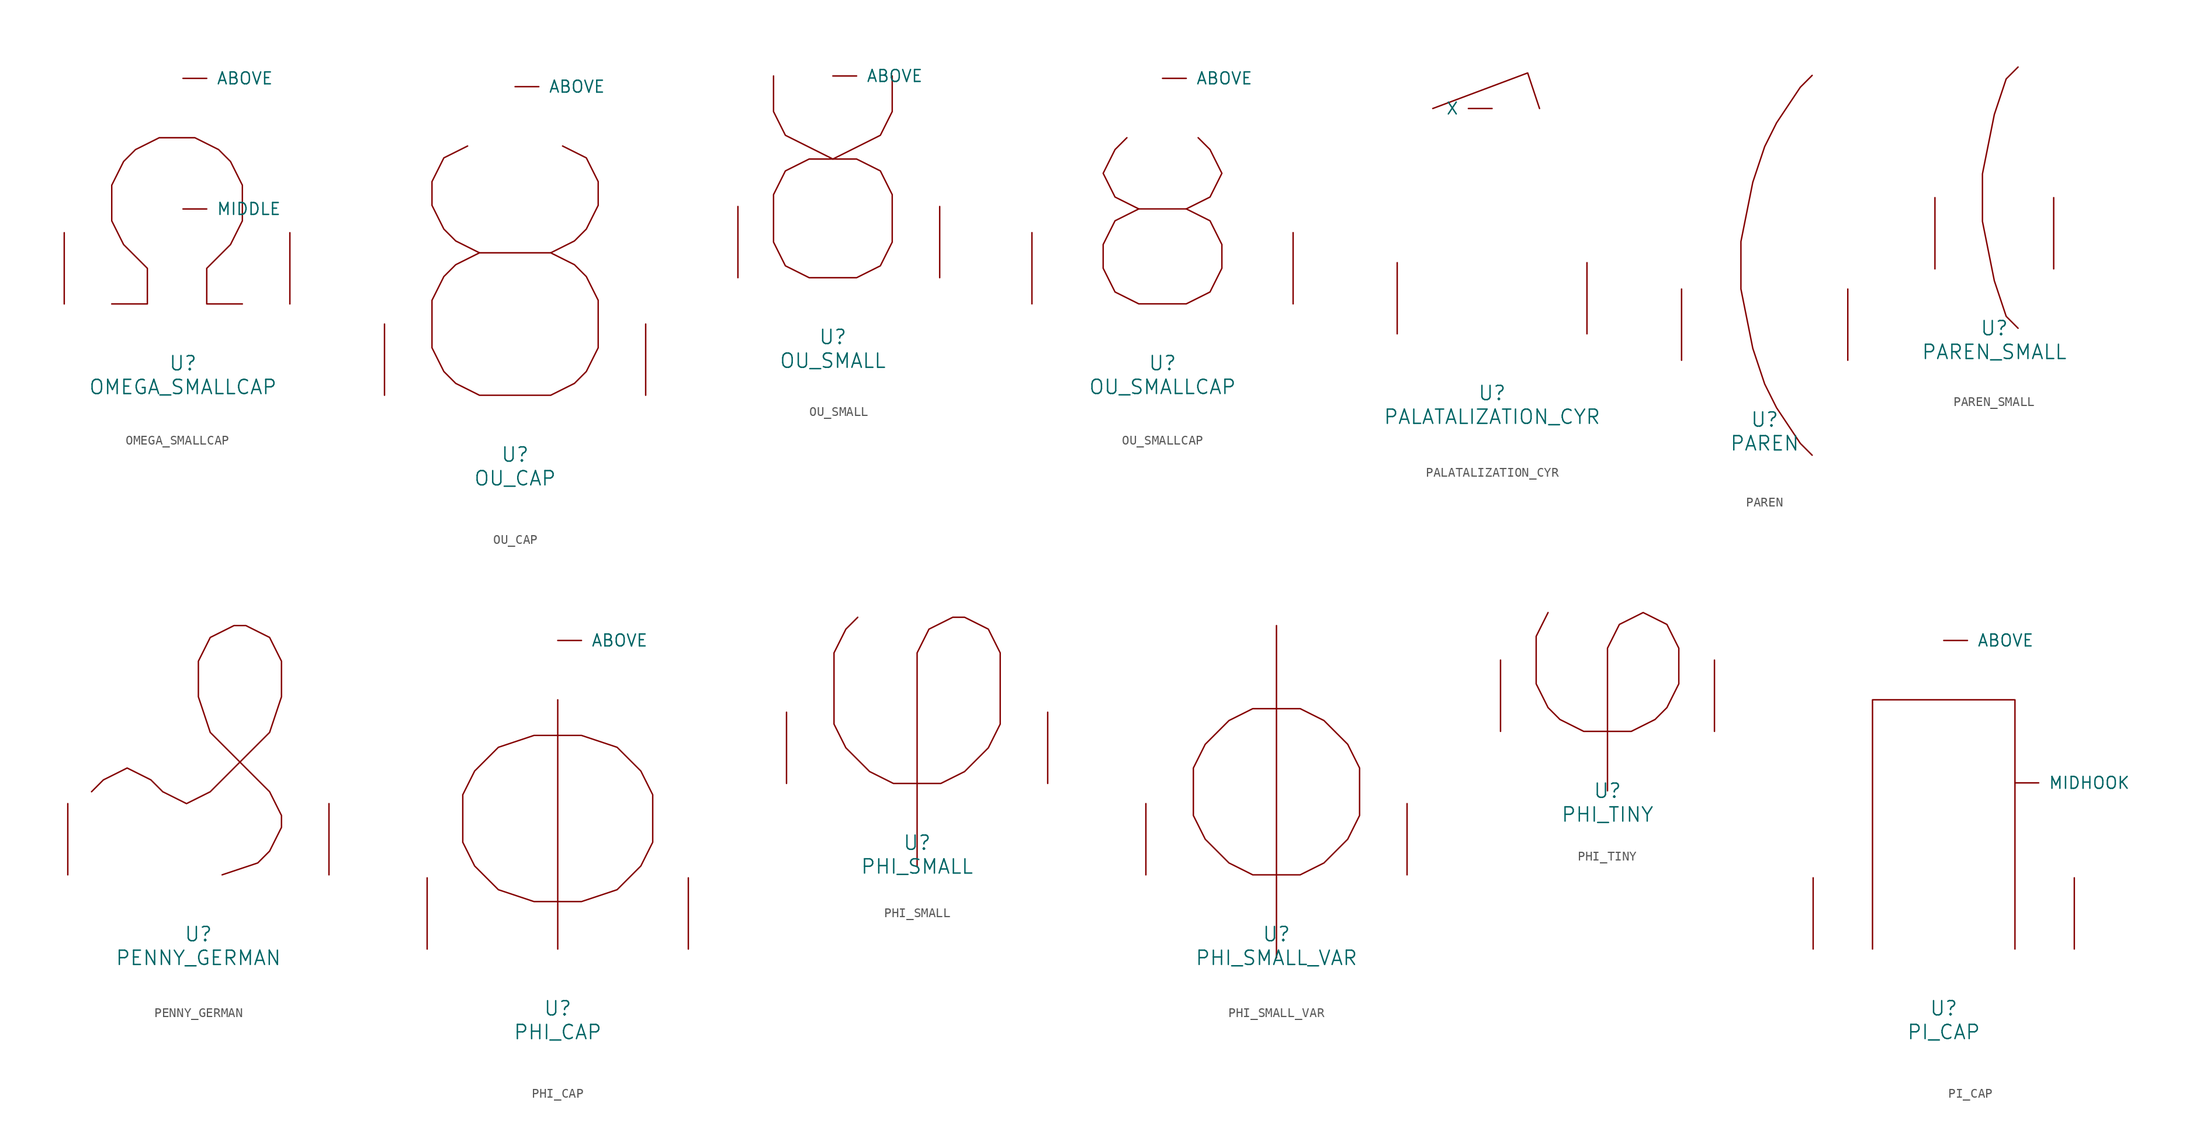
<source format=kicad_sym>
(kicad_symbol_lib
  (version 20220914)
  (generator font_lib2sym)
  (symbol "OMEGA_SMALLCAP"
    (pin_names
      (offset 1.016))
    (property "Reference" "U"
      (at 0 -6.35 0)
      (effects (font (size 1.524 1.524))))
    (property "Value" "OMEGA_SMALLCAP"
      (at 0 -8.89 0)
      (effects (font (size 1.524 1.524))))
    (symbol "OMEGA_SMALLCAP_0_1"
      (polyline (pts (xy -7.62 0) (xy -3.81 0) (xy -3.81 3.81) (xy -6.35 6.35) (xy -7.62 8.89) (xy -7.62 12.7) (xy -6.35 15.24) (xy -5.08 16.51) (xy -2.54 17.78) (xy 1.27 17.78) (xy 3.81 16.51) (xy 5.08 15.24) (xy 6.35 12.7) (xy 6.35 8.89) (xy 5.08 6.35) (xy 2.54 3.81) (xy 2.54 0) (xy 6.35 0)) (stroke (width 0) (type solid)) (fill (type none)))
      (pin input line (at 0 24.13 0) (length 2.54) (name "ABOVE" (effects (font (size 1.27 1.27)))) (number "~" (effects (font (size 1.27 1.27)))))
      (pin input line (at 0 10.16 0) (length 2.54) (name "MIDDLE" (effects (font (size 1.27 1.27)))) (number "~" (effects (font (size 1.27 1.27)))))
      (pin input line (at -12.7 0 90) (length 7.62) (name "~" (effects (font (size 1.27 1.27)))) (number "~" (effects (font (size 1.27 1.27)))))
      (pin input line (at 11.43 0 90) (length 7.62) (name "~" (effects (font (size 1.27 1.27)))) (number "~" (effects (font (size 1.27 1.27)))))))
  (symbol "OU_CAP"
    (pin_names
      (offset 1.016))
    (property "Reference" "U"
      (at 0 -6.35 0)
      (effects (font (size 1.524 1.524))))
    (property "Value" "OU_CAP"
      (at 0 -8.89 0)
      (effects (font (size 1.524 1.524))))
    (symbol "OU_CAP_0_1"
      (polyline (pts (xy -5.08 26.67) (xy -7.62 25.4) (xy -8.89 22.86) (xy -8.89 20.32) (xy -7.62 17.78) (xy -6.35 16.51) (xy -3.81 15.24)) (stroke (width 0) (type solid)) (fill (type none)))
      (polyline (pts (xy 5.08 26.67) (xy 7.62 25.4) (xy 8.89 22.86) (xy 8.89 20.32) (xy 7.62 17.78) (xy 6.35 16.51) (xy 3.81 15.24)) (stroke (width 0) (type solid)) (fill (type none)))
      (polyline (pts (xy -3.81 15.24) (xy 3.81 15.24) (xy 6.35 13.97) (xy 7.62 12.7) (xy 8.89 10.16) (xy 8.89 5.08) (xy 7.62 2.54) (xy 6.35 1.27) (xy 3.81 0) (xy -3.81 0) (xy -6.35 1.27) (xy -7.62 2.54) (xy -8.89 5.08) (xy -8.89 10.16) (xy -7.62 12.7) (xy -6.35 13.97) (xy -3.81 15.24)) (stroke (width 0) (type solid)) (fill (type none)))
      (pin input line (at 0 33.02 0) (length 2.54) (name "ABOVE" (effects (font (size 1.27 1.27)))) (number "~" (effects (font (size 1.27 1.27)))))
      (pin input line (at -13.97 0 90) (length 7.62) (name "~" (effects (font (size 1.27 1.27)))) (number "~" (effects (font (size 1.27 1.27)))))
      (pin input line (at 13.97 0 90) (length 7.62) (name "~" (effects (font (size 1.27 1.27)))) (number "~" (effects (font (size 1.27 1.27)))))))
  (symbol "OU_SMALL"
    (pin_names
      (offset 1.016))
    (property "Reference" "U"
      (at 0 -6.35 0)
      (effects (font (size 1.524 1.524))))
    (property "Value" "OU_SMALL"
      (at 0 -8.89 0)
      (effects (font (size 1.524 1.524))))
    (symbol "OU_SMALL_0_1"
      (polyline (pts (xy -6.35 21.59) (xy -6.35 17.78) (xy -5.08 15.24) (xy 0 12.7) (xy 5.08 15.24) (xy 6.35 17.78) (xy 6.35 21.59)) (stroke (width 0) (type solid)) (fill (type none)))
      (polyline (pts (xy -2.54 12.7) (xy 2.54 12.7) (xy 5.08 11.43) (xy 6.35 8.89) (xy 6.35 3.81) (xy 5.08 1.27) (xy 2.54 0) (xy -2.54 0) (xy -5.08 1.27) (xy -6.35 3.81) (xy -6.35 8.89) (xy -5.08 11.43) (xy -2.54 12.7)) (stroke (width 0) (type solid)) (fill (type none)))
      (pin input line (at 0 21.59 0) (length 2.54) (name "ABOVE" (effects (font (size 1.27 1.27)))) (number "~" (effects (font (size 1.27 1.27)))))
      (pin input line (at -10.16 0 90) (length 7.62) (name "~" (effects (font (size 1.27 1.27)))) (number "~" (effects (font (size 1.27 1.27)))))
      (pin input line (at 11.43 0 90) (length 7.62) (name "~" (effects (font (size 1.27 1.27)))) (number "~" (effects (font (size 1.27 1.27)))))))
  (symbol "OU_SMALLCAP"
    (pin_names
      (offset 1.016))
    (property "Reference" "U"
      (at 0 -6.35 0)
      (effects (font (size 1.524 1.524))))
    (property "Value" "OU_SMALLCAP"
      (at 0 -8.89 0)
      (effects (font (size 1.524 1.524))))
    (symbol "OU_SMALLCAP_0_1"
      (polyline (pts (xy -3.81 17.78) (xy -5.08 16.51) (xy -6.35 13.97) (xy -5.08 11.43) (xy -2.54 10.16)) (stroke (width 0) (type solid)) (fill (type none)))
      (polyline (pts (xy 2.54 10.16) (xy 5.08 11.43) (xy 6.35 13.97) (xy 5.08 16.51) (xy 3.81 17.78)) (stroke (width 0) (type solid)) (fill (type none)))
      (polyline (pts (xy -2.54 10.16) (xy 2.54 10.16) (xy 5.08 8.89) (xy 6.35 6.35) (xy 6.35 3.81) (xy 5.08 1.27) (xy 2.54 0) (xy -2.54 0) (xy -5.08 1.27) (xy -6.35 3.81) (xy -6.35 6.35) (xy -5.08 8.89) (xy -2.54 10.16)) (stroke (width 0) (type solid)) (fill (type none)))
      (pin input line (at 0 24.13 0) (length 2.54) (name "ABOVE" (effects (font (size 1.27 1.27)))) (number "~" (effects (font (size 1.27 1.27)))))
      (pin input line (at -13.97 0 90) (length 7.62) (name "~" (effects (font (size 1.27 1.27)))) (number "~" (effects (font (size 1.27 1.27)))))
      (pin input line (at 13.97 0 90) (length 7.62) (name "~" (effects (font (size 1.27 1.27)))) (number "~" (effects (font (size 1.27 1.27)))))))
  (symbol "PALATALIZATION_CYR"
    (pin_names
      (offset 1.016))
    (property "Reference" "U"
      (at 0 -6.35 0)
      (effects (font (size 1.524 1.524))))
    (property "Value" "PALATALIZATION_CYR"
      (at 0 -8.89 0)
      (effects (font (size 1.524 1.524))))
    (symbol "PALATALIZATION_CYR_0_1"
      (polyline (pts (xy -6.35 24.13) (xy 3.81 27.94) (xy 5.08 24.13)) (stroke (width 0) (type solid)) (fill (type none)))
      (pin input line (at 0 24.13 180) (length 2.54) (name "X" (effects (font (size 1.27 1.27)))) (number "~" (effects (font (size 1.27 1.27)))))
      (pin input line (at -10.16 0 90) (length 7.62) (name "~" (effects (font (size 1.27 1.27)))) (number "~" (effects (font (size 1.27 1.27)))))
      (pin input line (at 10.16 0 90) (length 7.62) (name "~" (effects (font (size 1.27 1.27)))) (number "~" (effects (font (size 1.27 1.27)))))))
  (symbol "PAREN"
    (pin_names
      (offset 1.016))
    (property "Reference" "U"
      (at 0 -6.35 0)
      (effects (font (size 1.524 1.524))))
    (property "Value" "PAREN"
      (at 0 -8.89 0)
      (effects (font (size 1.524 1.524))))
    (symbol "PAREN_0_1"
      (polyline (pts (xy 5.08 -10.16) (xy 3.81 -8.89) (xy 1.27 -5.08) (xy 0 -2.54) (xy -1.27 1.27) (xy -2.54 7.62) (xy -2.54 12.7) (xy -1.27 19.05) (xy 0 22.86) (xy 1.27 25.4) (xy 3.81 29.21) (xy 5.08 30.48)) (stroke (width 0) (type solid)) (fill (type none)))
      (pin input line (at -8.89 0 90) (length 7.62) (name "~" (effects (font (size 1.27 1.27)))) (number "~" (effects (font (size 1.27 1.27)))))
      (pin input line (at 8.89 0 90) (length 7.62) (name "~" (effects (font (size 1.27 1.27)))) (number "~" (effects (font (size 1.27 1.27)))))))
  (symbol "PAREN_SMALL"
    (pin_names
      (offset 1.016))
    (property "Reference" "U"
      (at 0 -6.35 0)
      (effects (font (size 1.524 1.524))))
    (property "Value" "PAREN_SMALL"
      (at 0 -8.89 0)
      (effects (font (size 1.524 1.524))))
    (symbol "PAREN_SMALL_0_1"
      (polyline (pts (xy 2.54 21.59) (xy 1.27 20.32) (xy 0 16.51) (xy -1.27 10.16) (xy -1.27 5.08) (xy 0 -1.27) (xy 1.27 -5.08) (xy 2.54 -6.35)) (stroke (width 0) (type solid)) (fill (type none)))
      (pin input line (at -6.35 0 90) (length 7.62) (name "~" (effects (font (size 1.27 1.27)))) (number "~" (effects (font (size 1.27 1.27)))))
      (pin input line (at 6.35 0 90) (length 7.62) (name "~" (effects (font (size 1.27 1.27)))) (number "~" (effects (font (size 1.27 1.27)))))))
  (symbol "PENNY_GERMAN"
    (pin_names
      (offset 1.016))
    (property "Reference" "U"
      (at 0 -6.35 0)
      (effects (font (size 1.524 1.524))))
    (property "Value" "PENNY_GERMAN"
      (at 0 -8.89 0)
      (effects (font (size 1.524 1.524))))
    (symbol "PENNY_GERMAN_0_1"
      (polyline (pts (xy -11.43 8.89) (xy -10.16 10.16) (xy -7.62 11.43) (xy -5.08 10.16) (xy -3.81 8.89) (xy -1.27 7.62) (xy 1.27 8.89) (xy 7.62 15.24) (xy 8.89 19.05) (xy 8.89 22.86) (xy 7.62 25.4) (xy 5.08 26.67) (xy 3.81 26.67) (xy 1.27 25.4) (xy 0 22.86) (xy 0 19.05) (xy 1.27 15.24) (xy 7.62 8.89) (xy 8.89 6.35) (xy 8.89 5.08) (xy 7.62 2.54) (xy 6.35 1.27) (xy 2.54 0)) (stroke (width 0) (type solid)) (fill (type none)))
      (pin input line (at -13.97 0 90) (length 7.62) (name "~" (effects (font (size 1.27 1.27)))) (number "~" (effects (font (size 1.27 1.27)))))
      (pin input line (at 13.97 0 90) (length 7.62) (name "~" (effects (font (size 1.27 1.27)))) (number "~" (effects (font (size 1.27 1.27)))))))
  (symbol "PHI_CAP"
    (pin_names
      (offset 1.016))
    (property "Reference" "U"
      (at 0 -6.35 0)
      (effects (font (size 1.524 1.524))))
    (property "Value" "PHI_CAP"
      (at 0 -8.89 0)
      (effects (font (size 1.524 1.524))))
    (symbol "PHI_CAP_0_1"
      (polyline (pts (xy 0 0) (xy 0 26.67)) (stroke (width 0) (type solid)) (fill (type none)))
      (polyline (pts (xy -2.54 22.86) (xy 2.54 22.86) (xy 6.35 21.59) (xy 8.89 19.05) (xy 10.16 16.51) (xy 10.16 11.43) (xy 8.89 8.89) (xy 6.35 6.35) (xy 2.54 5.08) (xy -2.54 5.08) (xy -6.35 6.35) (xy -8.89 8.89) (xy -10.16 11.43) (xy -10.16 16.51) (xy -8.89 19.05) (xy -6.35 21.59) (xy -2.54 22.86)) (stroke (width 0) (type solid)) (fill (type none)))
      (pin input line (at 0 33.02 0) (length 2.54) (name "ABOVE" (effects (font (size 1.27 1.27)))) (number "~" (effects (font (size 1.27 1.27)))))
      (pin input line (at -13.97 0 90) (length 7.62) (name "~" (effects (font (size 1.27 1.27)))) (number "~" (effects (font (size 1.27 1.27)))))
      (pin input line (at 13.97 0 90) (length 7.62) (name "~" (effects (font (size 1.27 1.27)))) (number "~" (effects (font (size 1.27 1.27)))))))
  (symbol "PHI_SMALL"
    (pin_names
      (offset 1.016))
    (property "Reference" "U"
      (at 0 -6.35 0)
      (effects (font (size 1.524 1.524))))
    (property "Value" "PHI_SMALL"
      (at 0 -8.89 0)
      (effects (font (size 1.524 1.524))))
    (symbol "PHI_SMALL_0_1"
      (polyline (pts (xy -6.35 17.78) (xy -7.62 16.51) (xy -8.89 13.97) (xy -8.89 6.35) (xy -7.62 3.81) (xy -5.08 1.27) (xy -2.54 0) (xy 2.54 0) (xy 5.08 1.27) (xy 7.62 3.81) (xy 8.89 6.35) (xy 8.89 13.97) (xy 7.62 16.51) (xy 5.08 17.78) (xy 3.81 17.78) (xy 1.27 16.51) (xy 0 13.97) (xy 0 -8.89)) (stroke (width 0) (type solid)) (fill (type none)))
      (pin input line (at -13.97 0 90) (length 7.62) (name "~" (effects (font (size 1.27 1.27)))) (number "~" (effects (font (size 1.27 1.27)))))
      (pin input line (at 13.97 0 90) (length 7.62) (name "~" (effects (font (size 1.27 1.27)))) (number "~" (effects (font (size 1.27 1.27)))))))
  (symbol "PHI_SMALL_VAR"
    (pin_names
      (offset 1.016))
    (property "Reference" "U"
      (at 0 -6.35 0)
      (effects (font (size 1.524 1.524))))
    (property "Value" "PHI_SMALL_VAR"
      (at 0 -8.89 0)
      (effects (font (size 1.524 1.524))))
    (symbol "PHI_SMALL_VAR_0_1"
      (polyline (pts (xy 0 26.67) (xy 0 -8.89)) (stroke (width 0) (type solid)) (fill (type none)))
      (polyline (pts (xy -2.54 17.78) (xy 2.54 17.78) (xy 5.08 16.51) (xy 7.62 13.97) (xy 8.89 11.43) (xy 8.89 6.35) (xy 7.62 3.81) (xy 5.08 1.27) (xy 2.54 0) (xy -2.54 0) (xy -5.08 1.27) (xy -7.62 3.81) (xy -8.89 6.35) (xy -8.89 11.43) (xy -7.62 13.97) (xy -5.08 16.51) (xy -2.54 17.78)) (stroke (width 0) (type solid)) (fill (type none)))
      (pin input line (at -13.97 0 90) (length 7.62) (name "~" (effects (font (size 1.27 1.27)))) (number "~" (effects (font (size 1.27 1.27)))))
      (pin input line (at 13.97 0 90) (length 7.62) (name "~" (effects (font (size 1.27 1.27)))) (number "~" (effects (font (size 1.27 1.27)))))))
  (symbol "PHI_TINY"
    (pin_names
      (offset 1.016))
    (property "Reference" "U"
      (at 0 -6.35 0)
      (effects (font (size 1.524 1.524))))
    (property "Value" "PHI_TINY"
      (at 0 -8.89 0)
      (effects (font (size 1.524 1.524))))
    (symbol "PHI_TINY_0_1"
      (polyline (pts (xy -6.35 12.7) (xy -7.62 10.16) (xy -7.62 5.08) (xy -6.35 2.54) (xy -5.08 1.27) (xy -2.54 0) (xy 2.54 0) (xy 5.08 1.27) (xy 6.35 2.54) (xy 7.62 5.08) (xy 7.62 8.89) (xy 6.35 11.43) (xy 3.81 12.7) (xy 1.27 11.43) (xy 0 8.89) (xy 0 -6.35)) (stroke (width 0) (type solid)) (fill (type none)))
      (pin input line (at -11.43 0 90) (length 7.62) (name "~" (effects (font (size 1.27 1.27)))) (number "~" (effects (font (size 1.27 1.27)))))
      (pin input line (at 11.43 0 90) (length 7.62) (name "~" (effects (font (size 1.27 1.27)))) (number "~" (effects (font (size 1.27 1.27)))))))
  (symbol "PI_CAP"
    (pin_names
      (offset 1.016))
    (property "Reference" "U"
      (at 0 -6.35 0)
      (effects (font (size 1.524 1.524))))
    (property "Value" "PI_CAP"
      (at 0 -8.89 0)
      (effects (font (size 1.524 1.524))))
    (symbol "PI_CAP_0_1"
      (polyline (pts (xy -7.62 0) (xy -7.62 26.67) (xy 7.62 26.67) (xy 7.62 0)) (stroke (width 0) (type solid)) (fill (type none)))
      (pin input line (at 0 33.02 0) (length 2.54) (name "ABOVE" (effects (font (size 1.27 1.27)))) (number "~" (effects (font (size 1.27 1.27)))))
      (pin input line (at 7.62 17.78 0) (length 2.54) (name "MIDHOOK" (effects (font (size 1.27 1.27)))) (number "~" (effects (font (size 1.27 1.27)))))
      (pin input line (at -13.97 0 90) (length 7.62) (name "~" (effects (font (size 1.27 1.27)))) (number "~" (effects (font (size 1.27 1.27)))))
      (pin input line (at 13.97 0 90) (length 7.62) (name "~" (effects (font (size 1.27 1.27)))) (number "~" (effects (font (size 1.27 1.27))))))))
</source>
